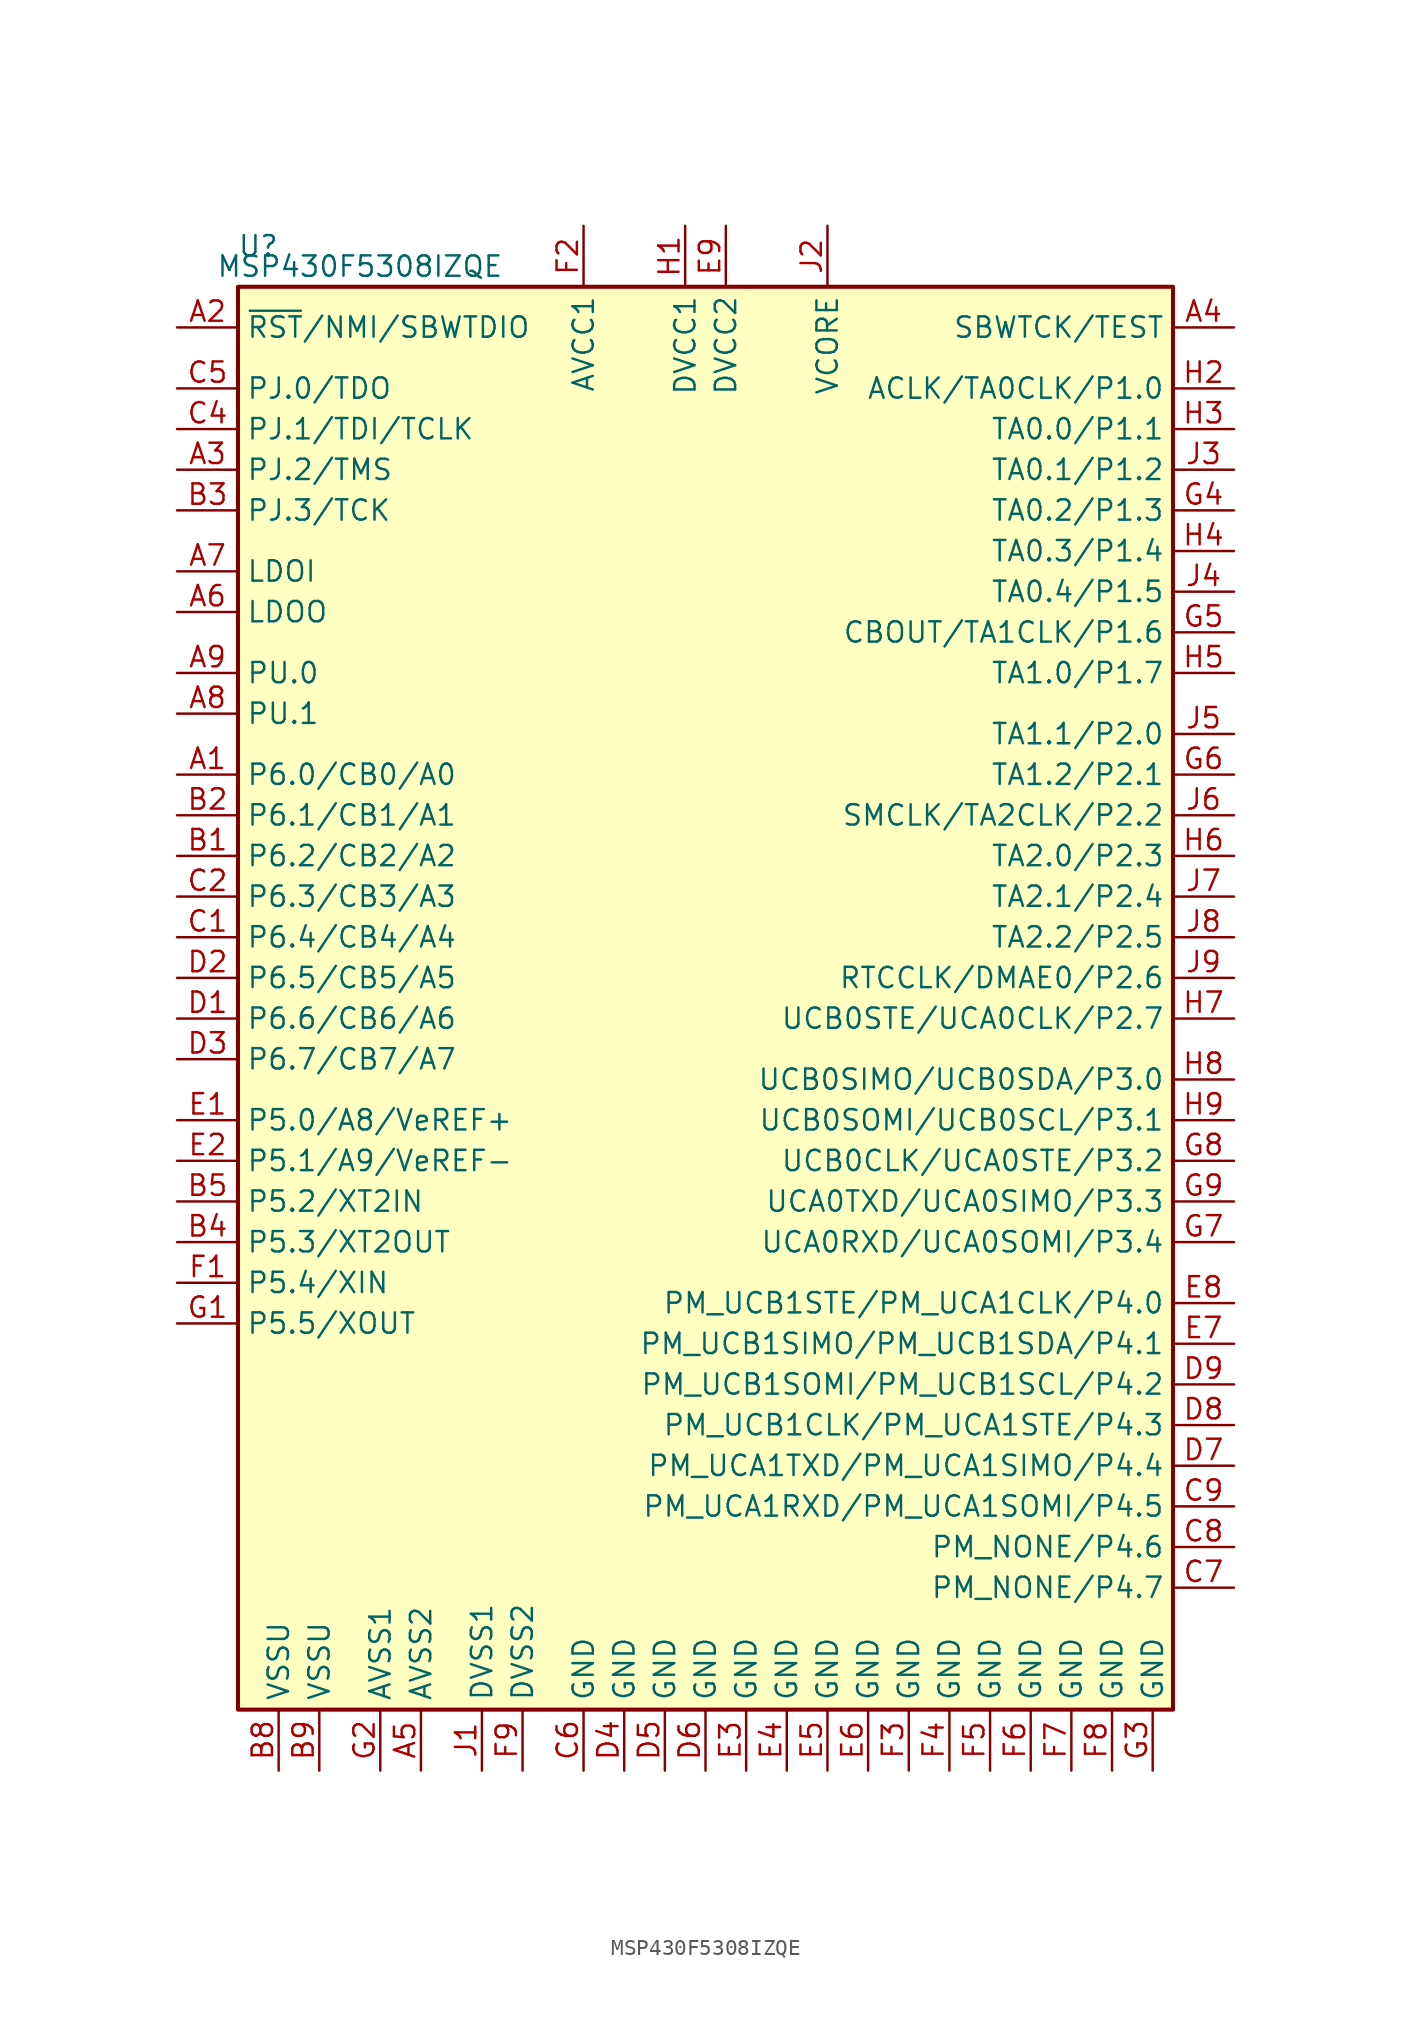
<source format=kicad_sym>
(kicad_symbol_lib
  (version 20231120)
  (generator "kicad_symbol_editor")
  (generator_version "8.0")
  (symbol "MSP430F5308IZQE"
    (property "Reference" "U"
      (at -27.94 46.99 0)
      (effects (font (size 1.27 1.27))))
    (property "Value" "MSP430F5308IZQE"
      (at -21.59 45.72 0)
      (effects (font (size 1.27 1.27))))
    (symbol "MSP430F5308IZQE_0_1"
      (rectangle (start -29.21 44.45) (end 29.21 -44.45) (stroke (width 0.254) (type default)) (fill (type background))))
    (symbol "MSP430F5308IZQE_1_1"
      (pin bidirectional line (at -33.02 13.97 0) (length 3.81) (name "P6.0/CB0/A0" (effects (font (size 1.27 1.27)))) (number "A1" (effects (font (size 1.27 1.27)))))
      (pin input line (at -33.02 41.91 0) (length 3.81) (name "~{RST}/NMI/SBWTDIO" (effects (font (size 1.27 1.27)))) (number "A2" (effects (font (size 1.27 1.27)))))
      (pin bidirectional line (at -33.02 33.02 0) (length 3.81) (name "PJ.2/TMS" (effects (font (size 1.27 1.27)))) (number "A3" (effects (font (size 1.27 1.27)))))
      (pin input line (at 33.02 41.91 180) (length 3.81) (name "SBWTCK/TEST" (effects (font (size 1.27 1.27)))) (number "A4" (effects (font (size 1.27 1.27)))))
      (pin power_in line (at -17.78 -48.26 90) (length 3.81) (name "AVSS2" (effects (font (size 1.27 1.27)))) (number "A5" (effects (font (size 1.27 1.27)))))
      (pin power_out line (at -33.02 24.13 0) (length 3.81) (name "LDOO" (effects (font (size 1.27 1.27)))) (number "A6" (effects (font (size 1.27 1.27)))))
      (pin power_in line (at -33.02 26.67 0) (length 3.81) (name "LDOI" (effects (font (size 1.27 1.27)))) (number "A7" (effects (font (size 1.27 1.27)))))
      (pin bidirectional line (at -33.02 17.78 0) (length 3.81) (name "PU.1" (effects (font (size 1.27 1.27)))) (number "A8" (effects (font (size 1.27 1.27)))))
      (pin bidirectional line (at -33.02 20.32 0) (length 3.81) (name "PU.0" (effects (font (size 1.27 1.27)))) (number "A9" (effects (font (size 1.27 1.27)))))
      (pin bidirectional line (at -33.02 8.89 0) (length 3.81) (name "P6.2/CB2/A2" (effects (font (size 1.27 1.27)))) (number "B1" (effects (font (size 1.27 1.27)))))
      (pin bidirectional line (at -33.02 11.43 0) (length 3.81) (name "P6.1/CB1/A1" (effects (font (size 1.27 1.27)))) (number "B2" (effects (font (size 1.27 1.27)))))
      (pin bidirectional line (at -33.02 30.48 0) (length 3.81) (name "PJ.3/TCK" (effects (font (size 1.27 1.27)))) (number "B3" (effects (font (size 1.27 1.27)))))
      (pin bidirectional line (at -33.02 -15.24 0) (length 3.81) (name "P5.3/XT2OUT" (effects (font (size 1.27 1.27)))) (number "B4" (effects (font (size 1.27 1.27)))))
      (pin bidirectional line (at -33.02 -12.7 0) (length 3.81) (name "P5.2/XT2IN" (effects (font (size 1.27 1.27)))) (number "B5" (effects (font (size 1.27 1.27)))))
      (pin power_in line (at -26.67 -48.26 90) (length 3.81) (name "VSSU" (effects (font (size 1.27 1.27)))) (number "B8" (effects (font (size 1.27 1.27)))))
      (pin power_in line (at -24.13 -48.26 90) (length 3.81) (name "VSSU" (effects (font (size 1.27 1.27)))) (number "B9" (effects (font (size 1.27 1.27)))))
      (pin bidirectional line (at -33.02 3.81 0) (length 3.81) (name "P6.4/CB4/A4" (effects (font (size 1.27 1.27)))) (number "C1" (effects (font (size 1.27 1.27)))))
      (pin bidirectional line (at -33.02 6.35 0) (length 3.81) (name "P6.3/CB3/A3" (effects (font (size 1.27 1.27)))) (number "C2" (effects (font (size 1.27 1.27)))))
      (pin bidirectional line (at -33.02 35.56 0) (length 3.81) (name "PJ.1/TDI/TCLK" (effects (font (size 1.27 1.27)))) (number "C4" (effects (font (size 1.27 1.27)))))
      (pin bidirectional line (at -33.02 38.1 0) (length 3.81) (name "PJ.0/TDO" (effects (font (size 1.27 1.27)))) (number "C5" (effects (font (size 1.27 1.27)))))
      (pin power_in line (at -7.62 -48.26 90) (length 3.81) (name "GND" (effects (font (size 1.27 1.27)))) (number "C6" (effects (font (size 1.27 1.27)))))
      (pin bidirectional line (at 33.02 -36.83 180) (length 3.81) (name "PM_NONE/P4.7" (effects (font (size 1.27 1.27)))) (number "C7" (effects (font (size 1.27 1.27)))))
      (pin bidirectional line (at 33.02 -34.29 180) (length 3.81) (name "PM_NONE/P4.6" (effects (font (size 1.27 1.27)))) (number "C8" (effects (font (size 1.27 1.27)))))
      (pin bidirectional line (at 33.02 -31.75 180) (length 3.81) (name "PM_UCA1RXD/PM_UCA1SOMI/P4.5" (effects (font (size 1.27 1.27)))) (number "C9" (effects (font (size 1.27 1.27)))))
      (pin bidirectional line (at -33.02 -1.27 0) (length 3.81) (name "P6.6/CB6/A6" (effects (font (size 1.27 1.27)))) (number "D1" (effects (font (size 1.27 1.27)))))
      (pin bidirectional line (at -33.02 1.27 0) (length 3.81) (name "P6.5/CB5/A5" (effects (font (size 1.27 1.27)))) (number "D2" (effects (font (size 1.27 1.27)))))
      (pin bidirectional line (at -33.02 -3.81 0) (length 3.81) (name "P6.7/CB7/A7" (effects (font (size 1.27 1.27)))) (number "D3" (effects (font (size 1.27 1.27)))))
      (pin power_in line (at -5.08 -48.26 90) (length 3.81) (name "GND" (effects (font (size 1.27 1.27)))) (number "D4" (effects (font (size 1.27 1.27)))))
      (pin power_in line (at -2.54 -48.26 90) (length 3.81) (name "GND" (effects (font (size 1.27 1.27)))) (number "D5" (effects (font (size 1.27 1.27)))))
      (pin power_in line (at 0 -48.26 90) (length 3.81) (name "GND" (effects (font (size 1.27 1.27)))) (number "D6" (effects (font (size 1.27 1.27)))))
      (pin bidirectional line (at 33.02 -29.21 180) (length 3.81) (name "PM_UCA1TXD/PM_UCA1SIMO/P4.4" (effects (font (size 1.27 1.27)))) (number "D7" (effects (font (size 1.27 1.27)))))
      (pin bidirectional line (at 33.02 -26.67 180) (length 3.81) (name "PM_UCB1CLK/PM_UCA1STE/P4.3" (effects (font (size 1.27 1.27)))) (number "D8" (effects (font (size 1.27 1.27)))))
      (pin bidirectional line (at 33.02 -24.13 180) (length 3.81) (name "PM_UCB1SOMI/PM_UCB1SCL/P4.2" (effects (font (size 1.27 1.27)))) (number "D9" (effects (font (size 1.27 1.27)))))
      (pin bidirectional line (at -33.02 -7.62 0) (length 3.81) (name "P5.0/A8/VeREF+" (effects (font (size 1.27 1.27)))) (number "E1" (effects (font (size 1.27 1.27)))))
      (pin bidirectional line (at -33.02 -10.16 0) (length 3.81) (name "P5.1/A9/VeREF-" (effects (font (size 1.27 1.27)))) (number "E2" (effects (font (size 1.27 1.27)))))
      (pin power_in line (at 2.54 -48.26 90) (length 3.81) (name "GND" (effects (font (size 1.27 1.27)))) (number "E3" (effects (font (size 1.27 1.27)))))
      (pin power_in line (at 5.08 -48.26 90) (length 3.81) (name "GND" (effects (font (size 1.27 1.27)))) (number "E4" (effects (font (size 1.27 1.27)))))
      (pin power_in line (at 7.62 -48.26 90) (length 3.81) (name "GND" (effects (font (size 1.27 1.27)))) (number "E5" (effects (font (size 1.27 1.27)))))
      (pin power_in line (at 10.16 -48.26 90) (length 3.81) (name "GND" (effects (font (size 1.27 1.27)))) (number "E6" (effects (font (size 1.27 1.27)))))
      (pin bidirectional line (at 33.02 -21.59 180) (length 3.81) (name "PM_UCB1SIMO/PM_UCB1SDA/P4.1" (effects (font (size 1.27 1.27)))) (number "E7" (effects (font (size 1.27 1.27)))))
      (pin bidirectional line (at 33.02 -19.05 180) (length 3.81) (name "PM_UCB1STE/PM_UCA1CLK/P4.0" (effects (font (size 1.27 1.27)))) (number "E8" (effects (font (size 1.27 1.27)))))
      (pin power_in line (at 1.27 48.26 270) (length 3.81) (name "DVCC2" (effects (font (size 1.27 1.27)))) (number "E9" (effects (font (size 1.27 1.27)))))
      (pin bidirectional line (at -33.02 -17.78 0) (length 3.81) (name "P5.4/XIN" (effects (font (size 1.27 1.27)))) (number "F1" (effects (font (size 1.27 1.27)))))
      (pin power_in line (at -7.62 48.26 270) (length 3.81) (name "AVCC1" (effects (font (size 1.27 1.27)))) (number "F2" (effects (font (size 1.27 1.27)))))
      (pin power_in line (at 12.7 -48.26 90) (length 3.81) (name "GND" (effects (font (size 1.27 1.27)))) (number "F3" (effects (font (size 1.27 1.27)))))
      (pin power_in line (at 15.24 -48.26 90) (length 3.81) (name "GND" (effects (font (size 1.27 1.27)))) (number "F4" (effects (font (size 1.27 1.27)))))
      (pin power_in line (at 17.78 -48.26 90) (length 3.81) (name "GND" (effects (font (size 1.27 1.27)))) (number "F5" (effects (font (size 1.27 1.27)))))
      (pin power_in line (at 20.32 -48.26 90) (length 3.81) (name "GND" (effects (font (size 1.27 1.27)))) (number "F6" (effects (font (size 1.27 1.27)))))
      (pin power_in line (at 22.86 -48.26 90) (length 3.81) (name "GND" (effects (font (size 1.27 1.27)))) (number "F7" (effects (font (size 1.27 1.27)))))
      (pin power_in line (at 25.4 -48.26 90) (length 3.81) (name "GND" (effects (font (size 1.27 1.27)))) (number "F8" (effects (font (size 1.27 1.27)))))
      (pin power_in line (at -11.43 -48.26 90) (length 3.81) (name "DVSS2" (effects (font (size 1.27 1.27)))) (number "F9" (effects (font (size 1.27 1.27)))))
      (pin bidirectional line (at -33.02 -20.32 0) (length 3.81) (name "P5.5/XOUT" (effects (font (size 1.27 1.27)))) (number "G1" (effects (font (size 1.27 1.27)))))
      (pin power_in line (at -20.32 -48.26 90) (length 3.81) (name "AVSS1" (effects (font (size 1.27 1.27)))) (number "G2" (effects (font (size 1.27 1.27)))))
      (pin power_in line (at 27.94 -48.26 90) (length 3.81) (name "GND" (effects (font (size 1.27 1.27)))) (number "G3" (effects (font (size 1.27 1.27)))))
      (pin bidirectional line (at 33.02 30.48 180) (length 3.81) (name "TA0.2/P1.3" (effects (font (size 1.27 1.27)))) (number "G4" (effects (font (size 1.27 1.27)))))
      (pin bidirectional line (at 33.02 22.86 180) (length 3.81) (name "CBOUT/TA1CLK/P1.6" (effects (font (size 1.27 1.27)))) (number "G5" (effects (font (size 1.27 1.27)))))
      (pin bidirectional line (at 33.02 13.97 180) (length 3.81) (name "TA1.2/P2.1" (effects (font (size 1.27 1.27)))) (number "G6" (effects (font (size 1.27 1.27)))))
      (pin bidirectional line (at 33.02 -15.24 180) (length 3.81) (name "UCA0RXD/UCA0SOMI/P3.4" (effects (font (size 1.27 1.27)))) (number "G7" (effects (font (size 1.27 1.27)))))
      (pin bidirectional line (at 33.02 -10.16 180) (length 3.81) (name "UCB0CLK/UCA0STE/P3.2" (effects (font (size 1.27 1.27)))) (number "G8" (effects (font (size 1.27 1.27)))))
      (pin bidirectional line (at 33.02 -12.7 180) (length 3.81) (name "UCA0TXD/UCA0SIMO/P3.3" (effects (font (size 1.27 1.27)))) (number "G9" (effects (font (size 1.27 1.27)))))
      (pin power_in line (at -1.27 48.26 270) (length 3.81) (name "DVCC1" (effects (font (size 1.27 1.27)))) (number "H1" (effects (font (size 1.27 1.27)))))
      (pin bidirectional line (at 33.02 38.1 180) (length 3.81) (name "ACLK/TA0CLK/P1.0" (effects (font (size 1.27 1.27)))) (number "H2" (effects (font (size 1.27 1.27)))))
      (pin bidirectional line (at 33.02 35.56 180) (length 3.81) (name "TA0.0/P1.1" (effects (font (size 1.27 1.27)))) (number "H3" (effects (font (size 1.27 1.27)))))
      (pin bidirectional line (at 33.02 27.94 180) (length 3.81) (name "TA0.3/P1.4" (effects (font (size 1.27 1.27)))) (number "H4" (effects (font (size 1.27 1.27)))))
      (pin bidirectional line (at 33.02 20.32 180) (length 3.81) (name "TA1.0/P1.7" (effects (font (size 1.27 1.27)))) (number "H5" (effects (font (size 1.27 1.27)))))
      (pin bidirectional line (at 33.02 8.89 180) (length 3.81) (name "TA2.0/P2.3" (effects (font (size 1.27 1.27)))) (number "H6" (effects (font (size 1.27 1.27)))))
      (pin bidirectional line (at 33.02 -1.27 180) (length 3.81) (name "UCB0STE/UCA0CLK/P2.7" (effects (font (size 1.27 1.27)))) (number "H7" (effects (font (size 1.27 1.27)))))
      (pin bidirectional line (at 33.02 -5.08 180) (length 3.81) (name "UCB0SIMO/UCB0SDA/P3.0" (effects (font (size 1.27 1.27)))) (number "H8" (effects (font (size 1.27 1.27)))))
      (pin bidirectional line (at 33.02 -7.62 180) (length 3.81) (name "UCB0SOMI/UCB0SCL/P3.1" (effects (font (size 1.27 1.27)))) (number "H9" (effects (font (size 1.27 1.27)))))
      (pin power_in line (at -13.97 -48.26 90) (length 3.81) (name "DVSS1" (effects (font (size 1.27 1.27)))) (number "J1" (effects (font (size 1.27 1.27)))))
      (pin bidirectional line (at 7.62 48.26 270) (length 3.81) (name "VCORE" (effects (font (size 1.27 1.27)))) (number "J2" (effects (font (size 1.27 1.27)))))
      (pin bidirectional line (at 33.02 33.02 180) (length 3.81) (name "TA0.1/P1.2" (effects (font (size 1.27 1.27)))) (number "J3" (effects (font (size 1.27 1.27)))))
      (pin bidirectional line (at 33.02 25.4 180) (length 3.81) (name "TA0.4/P1.5" (effects (font (size 1.27 1.27)))) (number "J4" (effects (font (size 1.27 1.27)))))
      (pin bidirectional line (at 33.02 16.51 180) (length 3.81) (name "TA1.1/P2.0" (effects (font (size 1.27 1.27)))) (number "J5" (effects (font (size 1.27 1.27)))))
      (pin bidirectional line (at 33.02 11.43 180) (length 3.81) (name "SMCLK/TA2CLK/P2.2" (effects (font (size 1.27 1.27)))) (number "J6" (effects (font (size 1.27 1.27)))))
      (pin bidirectional line (at 33.02 6.35 180) (length 3.81) (name "TA2.1/P2.4" (effects (font (size 1.27 1.27)))) (number "J7" (effects (font (size 1.27 1.27)))))
      (pin bidirectional line (at 33.02 3.81 180) (length 3.81) (name "TA2.2/P2.5" (effects (font (size 1.27 1.27)))) (number "J8" (effects (font (size 1.27 1.27)))))
      (pin bidirectional line (at 33.02 1.27 180) (length 3.81) (name "RTCCLK/DMAE0/P2.6" (effects (font (size 1.27 1.27)))) (number "J9" (effects (font (size 1.27 1.27))))))))
</source>
